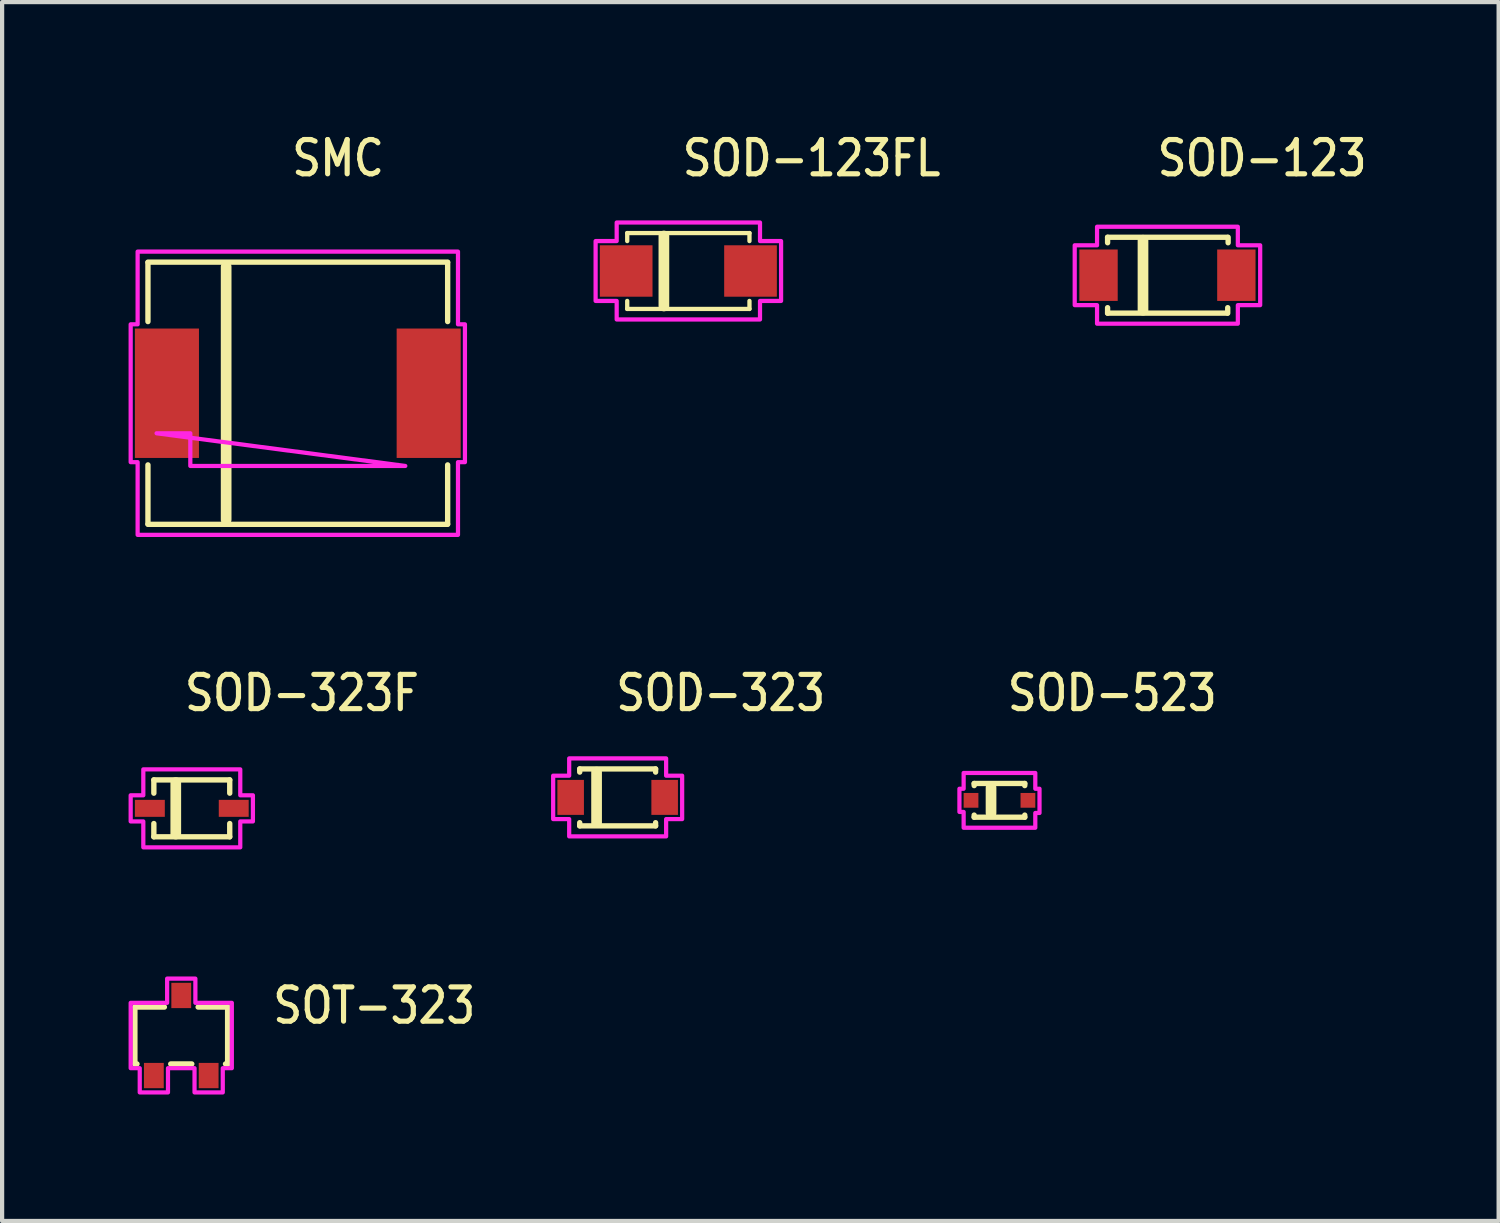
<source format=kicad_pcb>
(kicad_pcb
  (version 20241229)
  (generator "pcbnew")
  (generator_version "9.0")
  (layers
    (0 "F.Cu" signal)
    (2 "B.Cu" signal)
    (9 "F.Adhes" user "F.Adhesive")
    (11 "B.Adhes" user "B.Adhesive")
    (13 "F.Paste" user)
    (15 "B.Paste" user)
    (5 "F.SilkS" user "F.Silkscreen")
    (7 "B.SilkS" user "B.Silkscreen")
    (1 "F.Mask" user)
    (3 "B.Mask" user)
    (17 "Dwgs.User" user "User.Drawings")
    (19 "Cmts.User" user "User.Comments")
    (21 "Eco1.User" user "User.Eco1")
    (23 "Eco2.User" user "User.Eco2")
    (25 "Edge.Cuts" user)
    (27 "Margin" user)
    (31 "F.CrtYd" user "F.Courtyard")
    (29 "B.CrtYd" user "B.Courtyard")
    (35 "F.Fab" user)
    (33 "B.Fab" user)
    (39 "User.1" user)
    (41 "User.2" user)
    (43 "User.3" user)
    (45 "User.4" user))
  (footprint "SOD-523"
    (layer "F.Cu")
    (at 20.661 15.937)
    (property "Reference" "SOD-523" (at 0.13 -2.07 0) (unlocked yes) (layer "F.SilkS") (effects (font (size 0.813 0.695) (thickness 0.122)) (justify left bottom)))
    (fp_line (start -0.6 -0.4) (end -0.6 -0.35) (stroke (width 0.127) (type solid)) (layer "F.SilkS"))
    (fp_line (start -0.6 0.4) (end -0.6 0.35) (stroke (width 0.127) (type solid)) (layer "F.SilkS"))
    (fp_line (start -0.2 -0.3) (end -0.2 0.3) (stroke (width 0.254) (type solid)) (layer "F.SilkS"))
    (fp_line (start 0.6 -0.4) (end -0.6 -0.4) (stroke (width 0.127) (type solid)) (layer "F.SilkS"))
    (fp_line (start 0.6 -0.4) (end 0.6 -0.35) (stroke (width 0.127) (type solid)) (layer "F.SilkS"))
    (fp_line (start 0.6 0.4) (end -0.6 0.4) (stroke (width 0.127) (type solid)) (layer "F.SilkS"))
    (fp_line (start 0.6 0.4) (end 0.6 0.35) (stroke (width 0.127) (type solid)) (layer "F.SilkS"))
    (fp_poly (pts (xy -0.95 -0.275) (xy -0.95 0.275) (xy -0.85 0.275) (xy -0.85 0.65) (xy 0.85 0.65) (xy 0.85 0.3) (xy 0.95 0.3) (xy 0.95 -0.275) (xy 0.85 -0.275) (xy 0.85 -0.65) (xy -0.85 -0.65) (xy -0.85 -0.275)) (stroke (width 0.1) (type solid)) (fill no) (layer "F.CrtYd"))
    (pad "ANODE" smd rect (at 0.675 0 270) (size 0.35 0.35) (layers "F.Cu" "F.Mask" "F.Paste"))
    (pad "CATHODE" smd rect (at -0.675 0 270) (size 0.35 0.35) (layers "F.Cu" "F.Mask" "F.Paste")))
  (footprint "SOD-323"
    (layer "F.Cu")
    (at 11.603 15.867)
    (property "Reference" "SOD-323" (at -0.1 -2 0) (unlocked yes) (layer "F.SilkS") (effects (font (size 0.813 0.695) (thickness 0.122)) (justify left bottom)))
    (fp_line (start -0.9 -0.675) (end -0.9 -0.6) (stroke (width 0.127) (type solid)) (layer "F.SilkS"))
    (fp_line (start -0.9 -0.675) (end 0.9 -0.675) (stroke (width 0.127) (type solid)) (layer "F.SilkS"))
    (fp_line (start -0.9 0.675) (end -0.9 0.6) (stroke (width 0.127) (type solid)) (layer "F.SilkS"))
    (fp_line (start -0.5 -0.6) (end -0.5 0.6) (stroke (width 0.254) (type solid)) (layer "F.SilkS"))
    (fp_line (start 0.9 -0.675) (end 0.9 -0.6) (stroke (width 0.127) (type solid)) (layer "F.SilkS"))
    (fp_line (start 0.9 0.675) (end -0.9 0.675) (stroke (width 0.127) (type solid)) (layer "F.SilkS"))
    (fp_line (start 0.9 0.675) (end 0.9 0.6) (stroke (width 0.127) (type solid)) (layer "F.SilkS"))
    (fp_poly (pts (xy -1.53 -0.515) (xy -1.15 -0.515) (xy -1.15 -0.925) (xy 1.15 -0.925) (xy 1.15 -0.515) (xy 1.53 -0.515) (xy 1.53 0.515) (xy 1.15 0.515) (xy 1.15 0.925) (xy -1.15 0.925) (xy -1.15 0.515) (xy -1.53 0.515)) (stroke (width 0.1) (type solid)) (fill no) (layer "F.CrtYd"))
    (pad "ANODE" smd rect (at 1.115 0) (size 0.63 0.83) (layers "F.Cu" "F.Mask" "F.Paste"))
    (pad "CATHODE" smd rect (at -1.115 0) (size 0.63 0.83) (layers "F.Cu" "F.Mask" "F.Paste")))
  (footprint "SOT-323"
    (layer "F.Cu")
    (at 1.25 21.516)
    (property "Reference" "SOT-323" (at 2.115 -0.235 0) (unlocked yes) (layer "F.SilkS") (effects (font (size 0.813 0.695) (thickness 0.122)) (justify left bottom)))
    (fp_line (start -1.1 -0.675) (end -1.1 0.675) (stroke (width 0.127) (type solid)) (layer "F.SilkS"))
    (fp_line (start -1.1 0.675) (end -1.05 0.675) (stroke (width 0.127) (type solid)) (layer "F.SilkS"))
    (fp_line (start -0.4 -0.675) (end -1.1 -0.675) (stroke (width 0.127) (type solid)) (layer "F.SilkS"))
    (fp_line (start -0.25 0.675) (end 0.25 0.675) (stroke (width 0.127) (type solid)) (layer "F.SilkS"))
    (fp_line (start 0.4 -0.675) (end 1.1 -0.675) (stroke (width 0.127) (type solid)) (layer "F.SilkS"))
    (fp_line (start 1.05 0.675) (end 1.1 0.675) (stroke (width 0.127) (type solid)) (layer "F.SilkS"))
    (fp_line (start 1.1 -0.675) (end 1.1 0.675) (stroke (width 0.127) (type solid)) (layer "F.SilkS"))
    (fp_poly (pts (xy -0.335 -0.775) (xy -0.335 -1.35) (xy 0.335 -1.35) (xy 0.335 -0.775) (xy 1.2 -0.775) (xy 1.2 0.775) (xy 0.985 0.775) (xy 0.985 1.35) (xy 0.315 1.35) (xy 0.315 0.775) (xy -0.315 0.775) (xy -0.315 1.35) (xy -0.985 1.35) (xy -0.985 0.775) (xy -1.2 0.775) (xy -1.2 -0.775)) (stroke (width 0.1) (type solid)) (fill no) (layer "F.CrtYd"))
    (pad "1" smd rect (at -0.65 0.95) (size 0.47 0.6) (layers "F.Cu" "F.Mask" "F.Paste"))
    (pad "2" smd rect (at 0.65 0.95) (size 0.47 0.6) (layers "F.Cu" "F.Mask" "F.Paste"))
    (pad "3" smd rect (at 0 -0.95) (size 0.47 0.6) (layers "F.Cu" "F.Mask" "F.Paste")))
  (footprint "SOD-123FL"
    (layer "F.Cu")
    (at 13.28 3.379)
    (property "Reference" "SOD-123FL" (at -0.2 -2.2 0) (unlocked yes) (layer "F.SilkS") (effects (font (size 0.813 0.695) (thickness 0.122)) (justify left bottom)))
    (fp_line (start -1.45 -0.9) (end -1.45 -0.71) (stroke (width 0.102) (type solid)) (layer "F.SilkS"))
    (fp_line (start -1.45 0.71) (end -1.45 0.9) (stroke (width 0.102) (type solid)) (layer "F.SilkS"))
    (fp_line (start -1.45 0.9) (end 1.45 0.9) (stroke (width 0.102) (type solid)) (layer "F.SilkS"))
    (fp_line (start -0.58 -0.83) (end -0.58 0.83) (stroke (width 0.254) (type solid)) (layer "F.SilkS"))
    (fp_line (start 1.45 -0.9) (end -1.45 -0.9) (stroke (width 0.102) (type solid)) (layer "F.SilkS"))
    (fp_line (start 1.45 -0.71) (end 1.45 -0.9) (stroke (width 0.102) (type solid)) (layer "F.SilkS"))
    (fp_line (start 1.45 0.9) (end 1.45 0.71) (stroke (width 0.102) (type solid)) (layer "F.SilkS"))
    (fp_poly (pts (xy -2.2 -0.71) (xy -1.7 -0.71) (xy -1.7 -1.15) (xy 1.7 -1.15) (xy 1.7 -0.71) (xy 2.2 -0.71) (xy 2.2 0.71) (xy 1.7 0.71) (xy 1.7 1.15) (xy -1.7 1.15) (xy -1.7 0.71) (xy -2.2 0.71)) (stroke (width 0.1) (type solid)) (fill no) (layer "F.CrtYd"))
    (pad "ANODE" smd rect (at 1.475 0) (size 1.25 1.22) (layers "F.Cu" "F.Mask" "F.Paste"))
    (pad "CATHODE" smd rect (at -1.475 0) (size 1.25 1.22) (layers "F.Cu" "F.Mask" "F.Paste")))
  (footprint "SMC"
    (layer "F.Cu")
    (at 4.015 6.279)
    (property "Reference" "SMC" (at -0.2 -5.1 0) (unlocked yes) (layer "F.SilkS") (effects (font (size 0.813 0.695) (thickness 0.122)) (justify left bottom)))
    (fp_line (start -3.555 -3.11) (end 3.555 -3.11) (stroke (width 0.127) (type solid)) (layer "F.SilkS"))
    (fp_line (start -3.555 -3.1) (end -3.555 -1.7) (stroke (width 0.127) (type solid)) (layer "F.SilkS"))
    (fp_line (start -3.555 3.1) (end -3.555 1.7) (stroke (width 0.127) (type solid)) (layer "F.SilkS"))
    (fp_line (start -3.555 3.11) (end 3.555 3.11) (stroke (width 0.127) (type solid)) (layer "F.SilkS"))
    (fp_line (start -1.7 -3) (end -1.7 3) (stroke (width 0.254) (type solid)) (layer "F.SilkS"))
    (fp_line (start 3.555 -3.1) (end 3.555 -1.7) (stroke (width 0.127) (type solid)) (layer "F.SilkS"))
    (fp_line (start 3.555 3.1) (end 3.555 1.7) (stroke (width 0.127) (type solid)) (layer "F.SilkS"))
    (fp_poly (pts (xy 2.55 1.725) (xy -2.55 1.725) (xy -2.55 0.95) (xy -3.35 0.95)) (stroke (width 0.1) (type solid)) (fill no) (layer "F.CrtYd"))
    (fp_poly (pts (xy -3.965 -1.635) (xy -3.8 -1.635) (xy -3.8 -3.36) (xy 3.8 -3.36) (xy 3.8 -1.635) (xy 3.965 -1.635) (xy 3.965 1.635) (xy 3.8 1.635) (xy 3.8 3.36) (xy -3.8 3.36) (xy -3.8 1.635) (xy -3.965 1.635)) (stroke (width 0.1) (type solid)) (fill no) (layer "F.CrtYd"))
    (pad "ANODE" smd rect (at 3.105 0) (size 1.52 3.07) (layers "F.Cu" "F.Mask" "F.Paste"))
    (pad "CATHODE" smd rect (at -3.105 0) (size 1.52 3.07) (layers "F.Cu" "F.Mask" "F.Paste")))
  (footprint "SOD-323F"
    (layer "F.Cu")
    (at 1.5 16.127)
    (property "Reference" "SOD-323F" (at -0.23 -2.26 0) (unlocked yes) (layer "F.SilkS") (effects (font (size 0.813 0.695) (thickness 0.122)) (justify left bottom)))
    (fp_line (start -0.9 -0.675) (end -0.9 -0.36) (stroke (width 0.127) (type solid)) (layer "F.SilkS"))
    (fp_line (start -0.9 -0.675) (end 0.9 -0.675) (stroke (width 0.127) (type solid)) (layer "F.SilkS"))
    (fp_line (start -0.9 0.675) (end -0.9 0.36) (stroke (width 0.127) (type solid)) (layer "F.SilkS"))
    (fp_line (start -0.9 0.675) (end 0.9 0.675) (stroke (width 0.127) (type solid)) (layer "F.SilkS"))
    (fp_line (start -0.38 -0.61) (end -0.38 0.61) (stroke (width 0.254) (type solid)) (layer "F.SilkS"))
    (fp_line (start 0.9 -0.675) (end 0.9 -0.36) (stroke (width 0.127) (type solid)) (layer "F.SilkS"))
    (fp_line (start 0.9 0.675) (end 0.9 0.36) (stroke (width 0.127) (type solid)) (layer "F.SilkS"))
    (fp_poly (pts (xy -1.45 -0.31) (xy -1.15 -0.31) (xy -1.15 -0.925) (xy 1.15 -0.925) (xy 1.15 -0.31) (xy 1.45 -0.31) (xy 1.45 0.31) (xy 1.15 0.31) (xy 1.15 0.925) (xy -1.15 0.925) (xy -1.15 0.31) (xy -1.45 0.31)) (stroke (width 0.1) (type solid)) (fill no) (layer "F.CrtYd"))
    (pad "ANODE" smd rect (at 0.995 0) (size 0.71 0.403) (layers "F.Cu" "F.Mask" "F.Paste"))
    (pad "CATHODE" smd rect (at -0.995 0) (size 0.71 0.403) (layers "F.Cu" "F.Mask" "F.Paste")))
  (footprint "SOD-123"
    (layer "F.Cu")
    (at 24.646 3.479)
    (property "Reference" "SOD-123" (at -0.3 -2.3 0) (unlocked yes) (layer "F.SilkS") (effects (font (size 0.813 0.695) (thickness 0.122)) (justify left bottom)))
    (fp_line (start -1.42 -0.9) (end -1.42 -0.77) (stroke (width 0.127) (type solid)) (layer "F.SilkS"))
    (fp_line (start -1.42 -0.9) (end 1.42 -0.9) (stroke (width 0.127) (type solid)) (layer "F.SilkS"))
    (fp_line (start -1.42 0.9) (end -1.42 0.77) (stroke (width 0.127) (type solid)) (layer "F.SilkS"))
    (fp_line (start -1.42 0.9) (end 1.42 0.9) (stroke (width 0.127) (type solid)) (layer "F.SilkS"))
    (fp_line (start -0.58 -0.83) (end -0.58 0.83) (stroke (width 0.254) (type solid)) (layer "F.SilkS"))
    (fp_line (start 1.43 0.9) (end 1.43 0.77) (stroke (width 0.127) (type solid)) (layer "F.SilkS"))
    (fp_line (start 1.44 -0.9) (end 1.44 -0.77) (stroke (width 0.127) (type solid)) (layer "F.SilkS"))
    (fp_poly (pts (xy -2.2 0.71) (xy -2.2 -0.71) (xy -1.67 -0.71) (xy -1.67 -1.15) (xy 1.67 -1.15) (xy 1.67 -0.71) (xy 2.2 -0.71) (xy 2.2 0.71) (xy 1.67 0.71) (xy 1.67 1.15) (xy -1.67 1.15) (xy -1.67 0.71)) (stroke (width 0.1) (type solid)) (fill no) (layer "F.CrtYd"))
    (pad "ANODE" smd rect (at 1.635 0) (size 0.91 1.22) (layers "F.Cu" "F.Mask" "F.Paste"))
    (pad "CATHODE" smd rect (at -1.635 0) (size 0.91 1.22) (layers "F.Cu" "F.Mask" "F.Paste")))
  (gr_rect
    (start -3 -3)
    (end 32.503 25.916)
    (stroke (width 0.1) (type default))
    (fill no)
    (layer "Edge.Cuts")))
</source>
